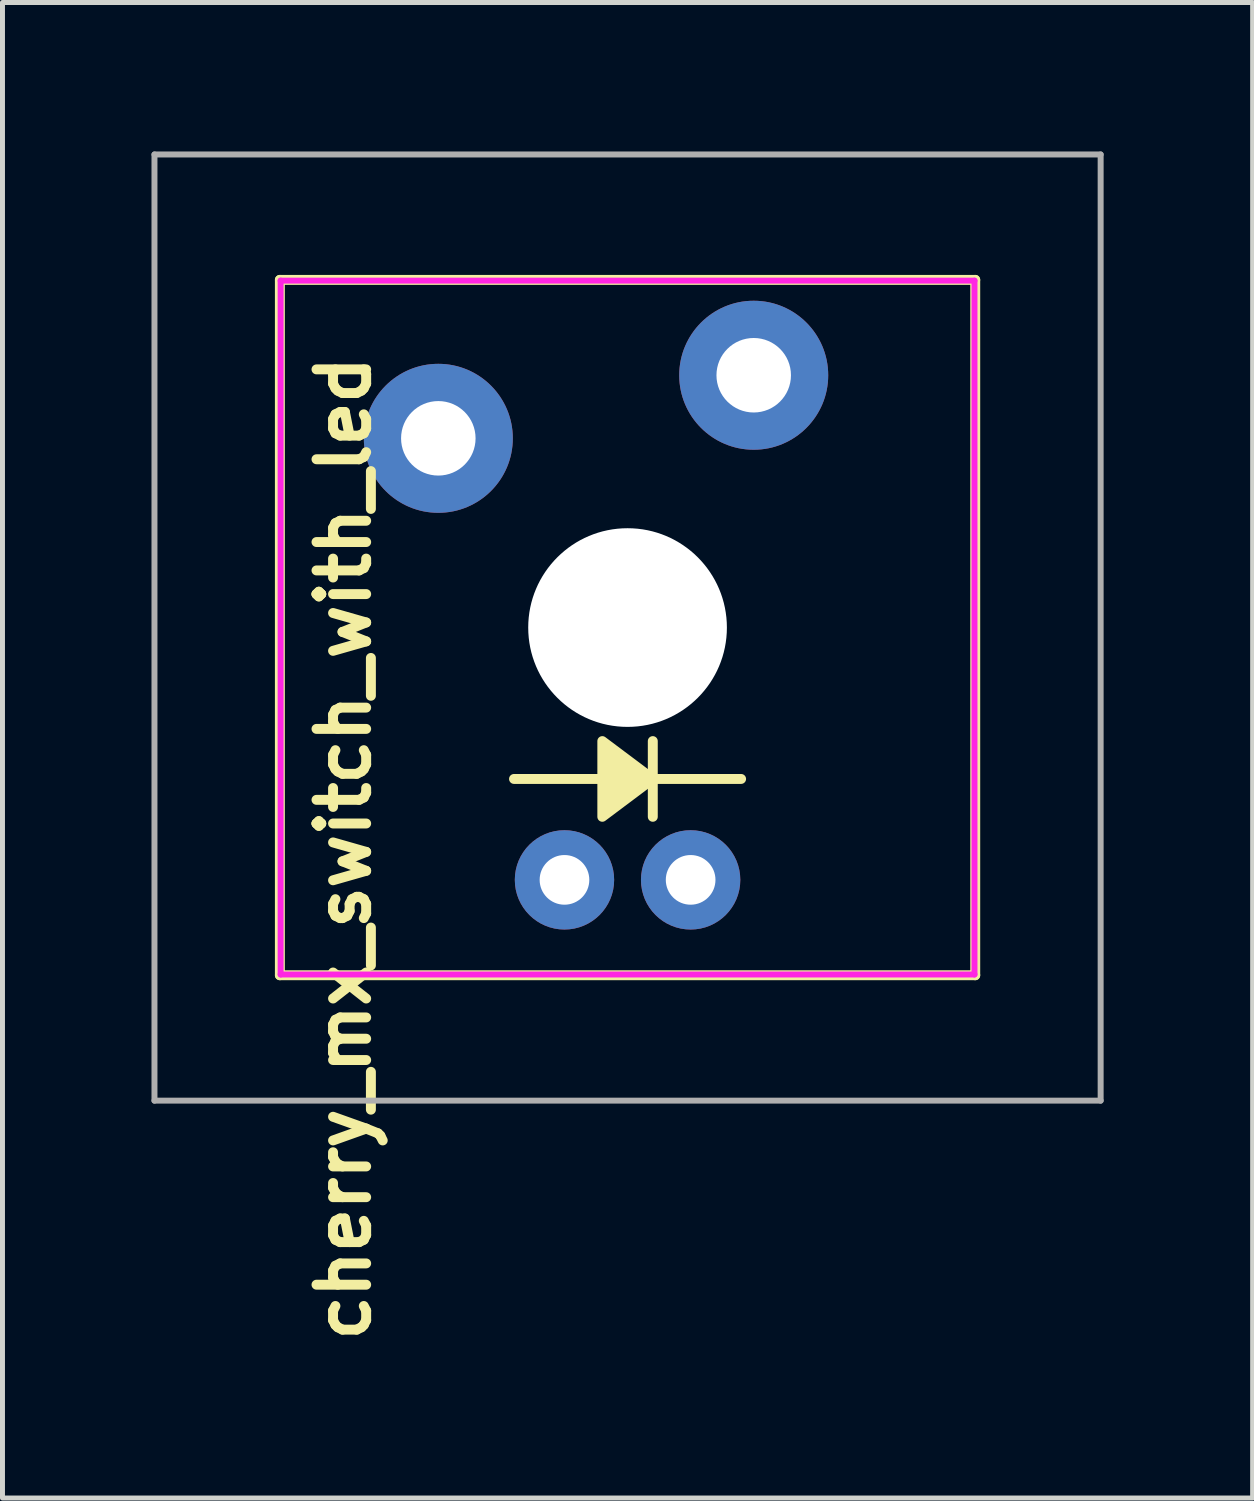
<source format=kicad_pcb>
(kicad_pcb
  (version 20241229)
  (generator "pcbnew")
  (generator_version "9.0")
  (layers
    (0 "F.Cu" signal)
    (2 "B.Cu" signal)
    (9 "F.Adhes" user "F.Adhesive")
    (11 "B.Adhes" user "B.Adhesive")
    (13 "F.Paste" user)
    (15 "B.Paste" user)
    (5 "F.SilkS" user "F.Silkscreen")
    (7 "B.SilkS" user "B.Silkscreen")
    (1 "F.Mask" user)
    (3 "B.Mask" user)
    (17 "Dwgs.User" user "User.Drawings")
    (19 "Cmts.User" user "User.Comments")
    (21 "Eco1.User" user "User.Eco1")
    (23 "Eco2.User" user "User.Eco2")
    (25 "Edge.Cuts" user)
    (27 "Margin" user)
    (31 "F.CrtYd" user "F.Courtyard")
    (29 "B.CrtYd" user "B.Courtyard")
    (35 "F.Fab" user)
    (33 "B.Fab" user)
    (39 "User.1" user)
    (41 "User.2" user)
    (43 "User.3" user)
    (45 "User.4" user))
  (footprint "cherry_mx_switch_with_led"
    (layer "F.Cu")
    (at 9.585 9.585)
    (property "Reference" "cherry_mx_switch_with_led" (at -5.715 4.445 270) (layer "F.SilkS") (effects (font (size 1 1) (thickness 0.2))))
    (attr through_hole)
    (fp_line (start -7 -7) (end 7 -7) (stroke (width 0.2) (type solid)) (layer "F.SilkS"))
    (fp_line (start -7 7) (end -7 -7) (stroke (width 0.2) (type solid)) (layer "F.SilkS"))
    (fp_line (start -2.286 3.048) (end 2.286 3.048) (stroke (width 0.2) (type solid)) (layer "F.SilkS"))
    (fp_line (start 0.508 2.286) (end 0.508 3.81) (stroke (width 0.2) (type solid)) (layer "F.SilkS"))
    (fp_line (start 7 -7) (end 7 7) (stroke (width 0.2) (type solid)) (layer "F.SilkS"))
    (fp_line (start 7 7) (end -7 7) (stroke (width 0.2) (type solid)) (layer "F.SilkS"))
    (fp_poly (pts (xy 0.508 3.048) (xy -0.508 3.81) (xy -0.508 2.286)) (stroke (width 0.2) (type solid)) (fill yes) (layer "F.SilkS"))
    (fp_line (start -6.985 -6.985) (end 6.985 -6.985) (stroke (width 0.12) (type solid)) (layer "F.CrtYd"))
    (fp_line (start -6.985 6.985) (end -6.985 -6.985) (stroke (width 0.12) (type solid)) (layer "F.CrtYd"))
    (fp_line (start 6.985 -6.985) (end 6.985 6.985) (stroke (width 0.12) (type solid)) (layer "F.CrtYd"))
    (fp_line (start 6.985 6.985) (end -6.985 6.985) (stroke (width 0.12) (type solid)) (layer "F.CrtYd"))
    (fp_line (start -9.525 -9.525) (end 9.525 -9.525) (stroke (width 0.12) (type solid)) (layer "F.Fab"))
    (fp_line (start -9.525 9.525) (end -9.525 -9.525) (stroke (width 0.12) (type solid)) (layer "F.Fab"))
    (fp_line (start 9.525 -9.525) (end 9.525 9.525) (stroke (width 0.12) (type solid)) (layer "F.Fab"))
    (fp_line (start 9.525 9.525) (end -9.525 9.525) (stroke (width 0.12) (type solid)) (layer "F.Fab"))
    (pad "" np_thru_hole circle (at 0 0) (size 4 4) (drill 4) (layers "*.Cu" "*.Mask"))
    (pad "1" thru_hole circle (at -3.81 -3.81) (size 3 3) (drill 1.5) (layers "*.Cu" "*.Mask"))
    (pad "2" thru_hole circle (at 2.54 -5.08) (size 3 3) (drill 1.5) (layers "*.Cu" "*.Mask"))
    (pad "3" thru_hole circle (at -1.27 5.08) (size 2 2) (drill 1) (layers "*.Cu" "*.Mask"))
    (pad "4" thru_hole circle (at 1.27 5.08) (size 2 2) (drill 1) (layers "*.Cu" "*.Mask")))
  (gr_rect
    (start -3 -3)
    (end 22.17 27.111)
    (stroke (width 0.1) (type default))
    (fill no)
    (layer "Edge.Cuts")))
</source>
